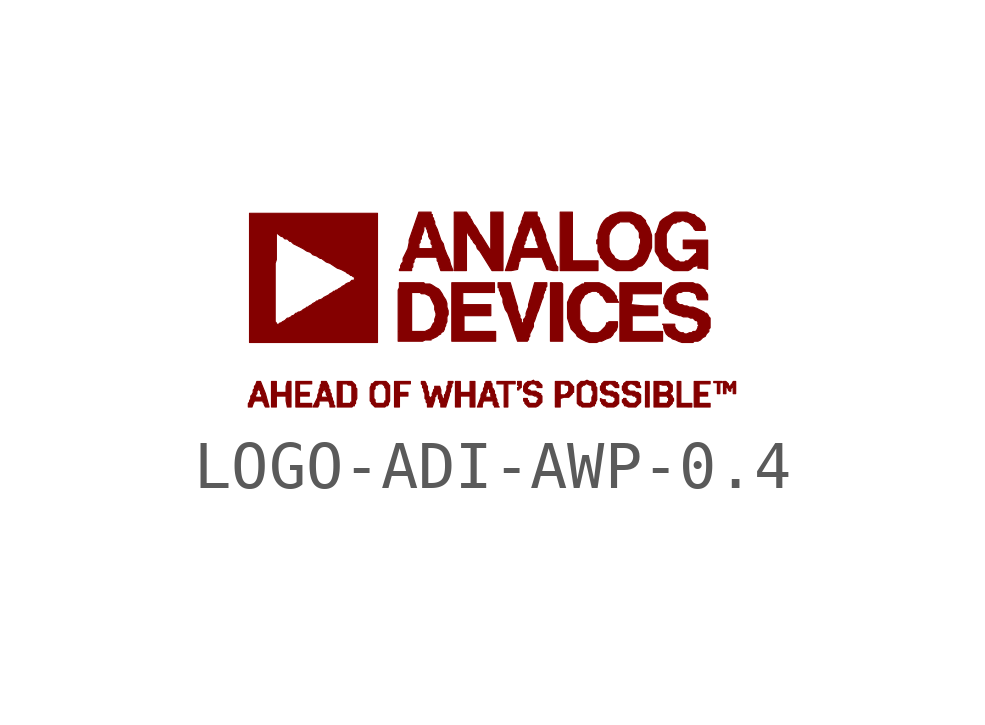
<source format=kicad_sym>
(kicad_symbol_lib
  (version 20201005)
  (generator kicad_symbol_editor)
  (symbol "LOGO-ADI-AWP-0.4"
    (pin_names
      (offset 1.016))
    (property "Reference" "#G"
      (at 0 -1.27 0)
      (effects (font (size 1.524 1.524)) hide))
    (symbol "LOGO-ADI-AWP-0.4_0_0"
      (polyline (pts (xy 3.277 -1.499) (xy 3.2 -1.499) (xy 3.2 -2.032) (xy 3.277 -2.032) (xy 3.277 -1.499)) (stroke (width 0.025)) (fill (type outline)))
      (polyline (pts (xy 1.473 0.533) (xy 1.448 0.559) (xy 1.219 0.559) (xy 1.219 -0.66) (xy 1.473 -0.66) (xy 1.473 0.533)) (stroke (width 0.025)) (fill (type outline)))
      (polyline (pts (xy 2.21 1.016) (xy 1.676 1.016) (xy 1.676 2.032) (xy 1.422 2.032) (xy 1.422 0.813) (xy 2.21 0.813) (xy 2.21 1.016)) (stroke (width 0.025)) (fill (type outline)))
      (polyline (pts (xy 4.166 -1.956) (xy 3.937 -1.956) (xy 3.937 -1.499) (xy 3.861 -1.499) (xy 3.861 -2.032) (xy 4.166 -2.032) (xy 4.166 -1.956)) (stroke (width 0.025)) (fill (type outline)))
      (polyline (pts (xy 0.33 -1.549) (xy 0.483 -1.549) (xy 0.483 -1.499) (xy 0.102 -1.499) (xy 0.102 -1.549) (xy 0.254 -1.549) (xy 0.254 -2.032) (xy 0.33 -2.032) (xy 0.33 -1.549)) (stroke (width 0.025)) (fill (type outline)))
      (polyline (pts (xy 4.75 -1.524) (xy 4.801 -1.524) (xy 4.801 -1.499) (xy 4.623 -1.499) (xy 4.623 -1.524) (xy 4.699 -1.524) (xy 4.699 -1.753) (xy 4.75 -1.753) (xy 4.75 -1.524)) (stroke (width 0.025)) (fill (type outline)))
      (polyline (pts (xy -1.93 -1.803) (xy -1.753 -1.803) (xy -1.753 -1.727) (xy -1.93 -1.727) (xy -1.93 -1.549) (xy -1.702 -1.549) (xy -1.702 -1.499) (xy -2.032 -1.499) (xy -2.032 -2.032) (xy -1.93 -2.032) (xy -1.93 -1.803)) (stroke (width 0.025)) (fill (type outline)))
      (polyline (pts (xy -3.759 -1.956) (xy -4.013 -1.956) (xy -4.013 -1.803) (xy -3.81 -1.803) (xy -3.81 -1.727) (xy -4.013 -1.727) (xy -4.013 -1.549) (xy -3.759 -1.549) (xy -3.759 -1.499) (xy -4.089 -1.499) (xy -4.089 -2.032) (xy -3.759 -2.032) (xy -3.759 -1.956)) (stroke (width 0.025)) (fill (type outline)))
      (polyline (pts (xy -0.66 -1.803) (xy -0.457 -1.803) (xy -0.457 -2.032) (xy -0.356 -2.032) (xy -0.356 -1.499) (xy -0.457 -1.499) (xy -0.457 -1.727) (xy -0.66 -1.727) (xy -0.66 -1.499) (xy -0.762 -1.499) (xy -0.762 -2.032) (xy -0.66 -2.032) (xy -0.66 -1.803)) (stroke (width 0.025)) (fill (type outline)))
      (polyline (pts (xy 0.076 -0.457) (xy -0.584 -0.457) (xy -0.584 -0.127) (xy -0.025 -0.127) (xy -0.025 0.102) (xy -0.61 0.102) (xy -0.61 0.356) (xy 0.051 0.356) (xy 0.051 0.559) (xy -0.838 0.559) (xy -0.838 -0.66) (xy 0.076 -0.66) (xy 0.076 -0.457)) (stroke (width 0.025)) (fill (type outline)))
      (polyline (pts (xy 0.559 -1.651) (xy 0.584 -1.651) (xy 0.584 -1.626) (xy 0.61 -1.626) (xy 0.61 -1.499) (xy 0.533 -1.499) (xy 0.533 -1.575) (xy 0.559 -1.575) (xy 0.559 -1.626) (xy 0.533 -1.626) (xy 0.533 -1.676) (xy 0.559 -1.676) (xy 0.559 -1.651)) (stroke (width 0.025)) (fill (type outline)))
      (polyline (pts (xy 4.547 -1.956) (xy 4.318 -1.956) (xy 4.318 -1.803) (xy 4.496 -1.803) (xy 4.496 -1.727) (xy 4.318 -1.727) (xy 4.318 -1.549) (xy 4.547 -1.549) (xy 4.547 -1.499) (xy 4.216 -1.499) (xy 4.216 -2.032) (xy 4.547 -2.032) (xy 4.547 -1.956)) (stroke (width 0.025)) (fill (type outline)))
      (polyline (pts (xy -4.496 -1.803) (xy -4.293 -1.803) (xy -4.293 -1.905) (xy -4.267 -2.032) (xy -4.191 -2.032) (xy -4.191 -1.499) (xy -4.267 -1.499) (xy -4.293 -1.6) (xy -4.293 -1.727) (xy -4.496 -1.727) (xy -4.496 -1.499) (xy -4.597 -1.499) (xy -4.597 -2.032) (xy -4.496 -2.032) (xy -4.496 -1.803)) (stroke (width 0.025)) (fill (type outline)))
      (polyline (pts (xy 3.556 -0.457) (xy 2.921 -0.457) (xy 2.921 -0.127) (xy 3.454 -0.127) (xy 3.454 0.076) (xy 3.175 0.076) (xy 2.896 0.102) (xy 2.921 0.203) (xy 2.921 0.33) (xy 3.531 0.33) (xy 3.531 0.559) (xy 2.667 0.559) (xy 2.667 -0.66) (xy 3.556 -0.66) (xy 3.556 -0.457)) (stroke (width 0.025)) (fill (type outline)))
      (polyline (pts (xy 4.877 -1.575) (xy 4.902 -1.626) (xy 4.928 -1.651) (xy 4.928 -1.676) (xy 4.953 -1.702) (xy 4.978 -1.702) (xy 4.978 -1.651) (xy 5.004 -1.626) (xy 5.029 -1.575) (xy 5.029 -1.753) (xy 5.08 -1.753) (xy 5.08 -1.499) (xy 5.029 -1.499) (xy 5.004 -1.549) (xy 4.978 -1.575) (xy 4.978 -1.626) (xy 4.953 -1.626) (xy 4.953 -1.6) (xy 4.928 -1.575) (xy 4.928 -1.549) (xy 4.877 -1.499) (xy 4.826 -1.499) (xy 4.826 -1.753) (xy 4.877 -1.753) (xy 4.877 -1.575)) (stroke (width 0.025)) (fill (type outline)))
      (polyline (pts (xy -2.896 -2.007) (xy -2.87 -2.007) (xy -2.87 -1.981) (xy -2.845 -1.956) (xy -2.845 -1.905) (xy -2.819 -1.854) (xy -2.819 -1.651) (xy -2.845 -1.626) (xy -2.845 -1.575) (xy -2.921 -1.499) (xy -3.226 -1.499) (xy -3.226 -1.956) (xy -3.124 -1.956) (xy -3.124 -1.549) (xy -3.023 -1.549) (xy -2.997 -1.575) (xy -2.946 -1.575) (xy -2.921 -1.6) (xy -2.921 -1.93) (xy -2.946 -1.93) (xy -2.946 -1.956) (xy -3.124 -1.956) (xy -3.226 -1.956) (xy -3.226 -2.032) (xy -2.921 -2.032) (xy -2.896 -2.007)) (stroke (width 0.025)) (fill (type outline)))
      (polyline (pts (xy 1.422 -1.854) (xy 1.499 -1.829) (xy 1.6 -1.829) (xy 1.676 -1.753) (xy 1.676 -1.727) (xy 1.702 -1.727) (xy 1.702 -1.6) (xy 1.676 -1.6) (xy 1.676 -1.575) (xy 1.6 -1.499) (xy 1.321 -1.499) (xy 1.321 -1.778) (xy 1.422 -1.778) (xy 1.422 -1.549) (xy 1.524 -1.549) (xy 1.524 -1.575) (xy 1.575 -1.575) (xy 1.6 -1.6) (xy 1.6 -1.702) (xy 1.575 -1.727) (xy 1.575 -1.753) (xy 1.549 -1.753) (xy 1.524 -1.778) (xy 1.422 -1.778) (xy 1.321 -1.778) (xy 1.321 -2.032) (xy 1.422 -2.032) (xy 1.422 -1.854)) (stroke (width 0.025)) (fill (type outline)))
      (polyline (pts (xy -0.533 1.626) (xy -0.508 1.6) (xy -0.483 1.549) (xy -0.457 1.524) (xy -0.432 1.473) (xy -0.406 1.448) (xy -0.381 1.397) (xy -0.33 1.346) (xy -0.305 1.27) (xy -0.254 1.219) (xy 0 0.813) (xy 0.229 0.813) (xy 0.229 2.032) (xy -0.025 2.032) (xy -0.025 1.219) (xy -0.229 1.549) (xy -0.254 1.575) (xy -0.305 1.676) (xy -0.356 1.753) (xy -0.381 1.778) (xy -0.432 1.88) (xy -0.457 1.905) (xy -0.457 1.93) (xy -0.483 1.956) (xy -0.533 2.032) (xy -0.787 2.032) (xy -0.787 0.813) (xy -0.533 0.813) (xy -0.533 1.626)) (stroke (width 0.025)) (fill (type outline)))
      (polyline (pts (xy 3.759 -1.956) (xy 3.759 -1.93) (xy 3.785 -1.905) (xy 3.785 -1.854) (xy 3.759 -1.829) (xy 3.759 -1.803) (xy 3.708 -1.753) (xy 3.759 -1.702) (xy 3.759 -1.575) (xy 3.683 -1.499) (xy 3.378 -1.499) (xy 3.378 -1.727) (xy 3.48 -1.727) (xy 3.48 -1.549) (xy 3.556 -1.575) (xy 3.658 -1.575) (xy 3.658 -1.6) (xy 3.683 -1.626) (xy 3.683 -1.676) (xy 3.632 -1.727) (xy 3.48 -1.727) (xy 3.378 -1.727) (xy 3.378 -1.956) (xy 3.48 -1.956) (xy 3.48 -1.803) (xy 3.658 -1.803) (xy 3.658 -1.829) (xy 3.683 -1.829) (xy 3.683 -1.905) (xy 3.658 -1.93) (xy 3.658 -1.956) (xy 3.48 -1.956) (xy 3.378 -1.956) (xy 3.378 -2.032) (xy 3.683 -2.032) (xy 3.759 -1.956)) (stroke (width 0.025)) (fill (type outline)))
      (polyline (pts (xy -4.978 -1.956) (xy -4.953 -1.905) (xy -4.775 -1.905) (xy -4.775 -1.93) (xy -4.75 -1.956) (xy -4.75 -1.981) (xy -4.724 -2.032) (xy -4.648 -2.032) (xy -4.724 -1.753) (xy -4.826 -1.499) (xy -4.902 -1.499) (xy -4.928 -1.575) (xy -4.953 -1.6) (xy -4.953 -1.651) (xy -4.978 -1.676) (xy -4.978 -1.727) (xy -5.004 -1.778) (xy -5.029 -1.803) (xy -5.029 -1.829) (xy -4.928 -1.829) (xy -4.928 -1.778) (xy -4.902 -1.753) (xy -4.902 -1.702) (xy -4.877 -1.676) (xy -4.877 -1.626) (xy -4.851 -1.626) (xy -4.851 -1.676) (xy -4.826 -1.702) (xy -4.826 -1.753) (xy -4.801 -1.778) (xy -4.801 -1.829) (xy -4.928 -1.829) (xy -5.029 -1.829) (xy -5.029 -1.854) (xy -5.055 -1.905) (xy -5.055 -1.93) (xy -5.08 -1.956) (xy -5.08 -2.032) (xy -5.004 -2.032) (xy -4.978 -1.956)) (stroke (width 0.025)) (fill (type outline)))
      (polyline (pts (xy -2.21 -2.007) (xy -2.184 -2.007) (xy -2.159 -1.981) (xy -2.159 -1.956) (xy -2.134 -1.905) (xy -2.134 -1.575) (xy -2.159 -1.575) (xy -2.159 -1.549) (xy -2.21 -1.499) (xy -2.438 -1.499) (xy -2.489 -1.549) (xy -2.515 -1.549) (xy -2.515 -1.575) (xy -2.54 -1.626) (xy -2.54 -1.854) (xy -2.464 -1.854) (xy -2.464 -1.676) (xy -2.438 -1.651) (xy -2.438 -1.6) (xy -2.413 -1.575) (xy -2.388 -1.575) (xy -2.362 -1.549) (xy -2.286 -1.549) (xy -2.235 -1.6) (xy -2.235 -1.626) (xy -2.21 -1.651) (xy -2.21 -1.905) (xy -2.235 -1.905) (xy -2.235 -1.93) (xy -2.261 -1.956) (xy -2.413 -1.956) (xy -2.438 -1.93) (xy -2.438 -1.88) (xy -2.464 -1.854) (xy -2.54 -1.854) (xy -2.54 -1.905) (xy -2.515 -1.93) (xy -2.515 -1.956) (xy -2.438 -2.032) (xy -2.235 -2.032) (xy -2.21 -2.007)) (stroke (width 0.025)) (fill (type outline)))
      (polyline (pts (xy 2.108 -2.007) (xy 2.134 -2.007) (xy 2.134 -1.981) (xy 2.159 -1.956) (xy 2.159 -1.93) (xy 2.184 -1.88) (xy 2.184 -1.626) (xy 2.159 -1.6) (xy 2.159 -1.549) (xy 2.108 -1.499) (xy 2.032 -1.499) (xy 1.981 -1.473) (xy 1.93 -1.499) (xy 1.854 -1.499) (xy 1.778 -1.575) (xy 1.778 -1.905) (xy 1.854 -1.905) (xy 1.854 -1.626) (xy 1.905 -1.575) (xy 1.93 -1.575) (xy 1.956 -1.549) (xy 1.981 -1.549) (xy 2.032 -1.575) (xy 2.057 -1.575) (xy 2.083 -1.6) (xy 2.083 -1.676) (xy 2.108 -1.702) (xy 2.108 -1.778) (xy 2.083 -1.829) (xy 2.083 -1.93) (xy 2.057 -1.93) (xy 2.057 -1.956) (xy 1.905 -1.956) (xy 1.854 -1.905) (xy 1.778 -1.905) (xy 1.778 -1.956) (xy 1.829 -2.007) (xy 1.854 -2.007) (xy 1.88 -2.032) (xy 2.057 -2.032) (xy 2.108 -2.007)) (stroke (width 0.025)) (fill (type outline)))
      (polyline (pts (xy -3.607 -1.981) (xy -3.607 -1.905) (xy -3.404 -1.905) (xy -3.378 -1.981) (xy -3.378 -2.032) (xy -3.277 -2.032) (xy -3.277 -2.007) (xy -3.302 -1.981) (xy -3.302 -1.93) (xy -3.327 -1.88) (xy -3.327 -1.854) (xy -3.353 -1.803) (xy -3.353 -1.753) (xy -3.378 -1.727) (xy -3.378 -1.676) (xy -3.404 -1.651) (xy -3.404 -1.6) (xy -3.454 -1.499) (xy -3.556 -1.499) (xy -3.556 -1.549) (xy -3.581 -1.575) (xy -3.581 -1.626) (xy -3.607 -1.676) (xy -3.607 -1.727) (xy -3.632 -1.778) (xy -3.632 -1.829) (xy -3.556 -1.829) (xy -3.556 -1.753) (xy -3.531 -1.727) (xy -3.531 -1.702) (xy -3.505 -1.676) (xy -3.505 -1.626) (xy -3.48 -1.626) (xy -3.48 -1.702) (xy -3.454 -1.727) (xy -3.454 -1.778) (xy -3.429 -1.803) (xy -3.429 -1.829) (xy -3.556 -1.829) (xy -3.632 -1.829) (xy -3.734 -2.032) (xy -3.632 -2.032) (xy -3.607 -1.981)) (stroke (width 0.025)) (fill (type outline)))
      (polyline (pts (xy -0.203 -1.981) (xy -0.178 -1.905) (xy 0.025 -1.905) (xy 0.025 -1.981) (xy 0.051 -2.007) (xy 0.051 -2.032) (xy 0.152 -2.032) (xy 0.127 -2.007) (xy 0.127 -1.956) (xy 0.102 -1.93) (xy 0.102 -1.88) (xy 0.076 -1.829) (xy 0.076 -1.778) (xy 0.051 -1.753) (xy 0.051 -1.702) (xy 0.025 -1.651) (xy 0 -1.626) (xy 0 -1.549) (xy -0.025 -1.524) (xy -0.025 -1.499) (xy -0.127 -1.499) (xy -0.127 -1.524) (xy -0.152 -1.549) (xy -0.152 -1.6) (xy -0.178 -1.651) (xy -0.178 -1.702) (xy -0.203 -1.727) (xy -0.229 -1.778) (xy -0.229 -1.829) (xy -0.152 -1.829) (xy -0.127 -1.803) (xy -0.127 -1.753) (xy -0.102 -1.727) (xy -0.102 -1.676) (xy -0.076 -1.651) (xy -0.076 -1.626) (xy -0.051 -1.651) (xy -0.051 -1.727) (xy -0.025 -1.727) (xy -0.025 -1.803) (xy 0 -1.829) (xy -0.152 -1.829) (xy -0.229 -1.829) (xy -0.305 -2.032) (xy -0.203 -2.032) (xy -0.203 -1.981)) (stroke (width 0.025)) (fill (type outline)))
      (polyline (pts (xy 0.737 -0.635) (xy 0.762 -0.635) (xy 0.762 -0.584) (xy 0.787 -0.559) (xy 0.787 -0.508) (xy 0.864 -0.356) (xy 0.864 -0.279) (xy 0.889 -0.229) (xy 0.94 -0.076) (xy 0.965 -0.025) (xy 1.041 0.203) (xy 1.067 0.254) (xy 1.067 0.305) (xy 1.092 0.356) (xy 1.092 0.381) (xy 1.118 0.406) (xy 1.118 0.457) (xy 1.143 0.483) (xy 1.143 0.559) (xy 0.889 0.559) (xy 0.762 0.102) (xy 0.762 0.051) (xy 0.737 0) (xy 0.711 -0.076) (xy 0.711 -0.127) (xy 0.686 -0.178) (xy 0.66 -0.203) (xy 0.66 -0.279) (xy 0.635 -0.305) (xy 0.635 -0.279) (xy 0.61 -0.254) (xy 0.61 -0.203) (xy 0.584 -0.178) (xy 0.584 -0.127) (xy 0.559 -0.076) (xy 0.533 0) (xy 0.533 0.051) (xy 0.508 0.127) (xy 0.381 0.559) (xy 0.127 0.559) (xy 0.127 0.457) (xy 0.152 0.457) (xy 0.152 0.406) (xy 0.178 0.356) (xy 0.178 0.33) (xy 0.229 0.229) (xy 0.229 0.152) (xy 0.279 0) (xy 0.33 -0.076) (xy 0.533 -0.66) (xy 0.737 -0.66) (xy 0.737 -0.635)) (stroke (width 0.025)) (fill (type outline)))
      (polyline (pts (xy 3.099 -1.93) (xy 3.099 -1.778) (xy 3.048 -1.727) (xy 2.997 -1.727) (xy 2.972 -1.702) (xy 2.87 -1.702) (xy 2.845 -1.676) (xy 2.819 -1.676) (xy 2.819 -1.575) (xy 2.845 -1.575) (xy 2.87 -1.549) (xy 2.921 -1.549) (xy 2.972 -1.575) (xy 2.997 -1.575) (xy 2.997 -1.6) (xy 3.023 -1.626) (xy 3.099 -1.626) (xy 3.099 -1.6) (xy 3.073 -1.575) (xy 3.073 -1.524) (xy 3.023 -1.499) (xy 2.794 -1.499) (xy 2.794 -1.524) (xy 2.769 -1.524) (xy 2.743 -1.549) (xy 2.743 -1.575) (xy 2.718 -1.6) (xy 2.718 -1.676) (xy 2.743 -1.702) (xy 2.743 -1.727) (xy 2.769 -1.753) (xy 2.794 -1.753) (xy 2.819 -1.778) (xy 2.921 -1.778) (xy 2.946 -1.803) (xy 2.997 -1.803) (xy 2.997 -1.829) (xy 3.023 -1.829) (xy 3.023 -1.905) (xy 2.972 -1.956) (xy 2.87 -1.956) (xy 2.794 -1.88) (xy 2.794 -1.854) (xy 2.743 -1.854) (xy 2.743 -1.88) (xy 2.718 -1.88) (xy 2.718 -1.93) (xy 2.743 -1.956) (xy 2.769 -2.007) (xy 2.794 -2.007) (xy 2.845 -2.032) (xy 2.997 -2.032) (xy 3.099 -1.93)) (stroke (width 0.025)) (fill (type outline)))
      (polyline (pts (xy -1.397 -0.635) (xy -1.27 -0.635) (xy -1.27 -0.61) (xy -1.245 -0.61) (xy -1.143 -0.559) (xy -1.118 -0.533) (xy -1.067 -0.508) (xy -1.067 -0.483) (xy -1.016 -0.457) (xy -0.991 -0.406) (xy -0.991 -0.381) (xy -0.965 -0.33) (xy -0.965 -0.305) (xy -0.94 -0.254) (xy -0.94 -0.152) (xy -0.914 -0.102) (xy -0.914 -0.025) (xy -0.94 0.051) (xy -0.94 0.127) (xy -0.965 0.203) (xy -1.016 0.279) (xy -1.041 0.33) (xy -1.092 0.406) (xy -1.118 0.432) (xy -1.168 0.457) (xy -1.245 0.508) (xy -1.295 0.533) (xy -1.397 0.533) (xy -1.422 0.559) (xy -1.93 0.559) (xy -1.93 0.457) (xy -1.956 0.406) (xy -1.956 -0.457) (xy -1.676 -0.457) (xy -1.676 0.356) (xy -1.499 0.356) (xy -1.473 0.33) (xy -1.397 0.33) (xy -1.295 0.279) (xy -1.194 0.076) (xy -1.194 0) (xy -1.168 -0.076) (xy -1.168 -0.127) (xy -1.194 -0.203) (xy -1.194 -0.279) (xy -1.219 -0.279) (xy -1.27 -0.381) (xy -1.295 -0.406) (xy -1.397 -0.457) (xy -1.676 -0.457) (xy -1.956 -0.457) (xy -1.956 -0.66) (xy -1.448 -0.66) (xy -1.397 -0.635)) (stroke (width 0.025)) (fill (type outline)))
      (polyline (pts (xy 0.965 -2.007) (xy 1.041 -1.93) (xy 1.041 -1.803) (xy 1.016 -1.778) (xy 1.016 -1.753) (xy 0.991 -1.753) (xy 0.965 -1.727) (xy 0.94 -1.727) (xy 0.914 -1.702) (xy 0.813 -1.702) (xy 0.787 -1.676) (xy 0.762 -1.676) (xy 0.737 -1.651) (xy 0.737 -1.626) (xy 0.762 -1.6) (xy 0.762 -1.575) (xy 0.787 -1.575) (xy 0.813 -1.549) (xy 0.889 -1.549) (xy 0.914 -1.575) (xy 0.94 -1.575) (xy 0.94 -1.626) (xy 1.041 -1.626) (xy 1.041 -1.575) (xy 0.965 -1.499) (xy 0.889 -1.499) (xy 0.864 -1.473) (xy 0.813 -1.499) (xy 0.737 -1.499) (xy 0.737 -1.524) (xy 0.711 -1.524) (xy 0.686 -1.549) (xy 0.66 -1.6) (xy 0.66 -1.702) (xy 0.711 -1.753) (xy 0.737 -1.753) (xy 0.762 -1.778) (xy 0.838 -1.778) (xy 0.889 -1.803) (xy 0.94 -1.803) (xy 0.94 -1.829) (xy 0.965 -1.829) (xy 0.965 -1.88) (xy 0.94 -1.905) (xy 0.94 -1.93) (xy 0.914 -1.956) (xy 0.787 -1.956) (xy 0.762 -1.93) (xy 0.762 -1.905) (xy 0.737 -1.88) (xy 0.737 -1.854) (xy 0.66 -1.854) (xy 0.66 -1.905) (xy 0.686 -1.93) (xy 0.686 -1.956) (xy 0.762 -2.032) (xy 0.914 -2.032) (xy 0.965 -2.007)) (stroke (width 0.025)) (fill (type outline)))
      (polyline (pts (xy 2.591 -2.007) (xy 2.642 -1.956) (xy 2.642 -1.778) (xy 2.616 -1.778) (xy 2.616 -1.753) (xy 2.591 -1.727) (xy 2.54 -1.727) (xy 2.515 -1.702) (xy 2.413 -1.702) (xy 2.388 -1.676) (xy 2.362 -1.676) (xy 2.362 -1.575) (xy 2.413 -1.575) (xy 2.438 -1.549) (xy 2.489 -1.549) (xy 2.515 -1.575) (xy 2.54 -1.575) (xy 2.54 -1.6) (xy 2.565 -1.6) (xy 2.565 -1.626) (xy 2.642 -1.626) (xy 2.642 -1.575) (xy 2.616 -1.549) (xy 2.616 -1.524) (xy 2.591 -1.524) (xy 2.565 -1.499) (xy 2.337 -1.499) (xy 2.286 -1.549) (xy 2.286 -1.575) (xy 2.261 -1.6) (xy 2.261 -1.676) (xy 2.286 -1.702) (xy 2.286 -1.727) (xy 2.311 -1.727) (xy 2.311 -1.753) (xy 2.337 -1.753) (xy 2.362 -1.778) (xy 2.464 -1.778) (xy 2.489 -1.803) (xy 2.54 -1.803) (xy 2.54 -1.829) (xy 2.565 -1.829) (xy 2.565 -1.905) (xy 2.515 -1.956) (xy 2.413 -1.956) (xy 2.388 -1.93) (xy 2.362 -1.93) (xy 2.362 -1.88) (xy 2.311 -1.88) (xy 2.261 -1.854) (xy 2.261 -1.905) (xy 2.286 -1.93) (xy 2.286 -1.956) (xy 2.337 -2.007) (xy 2.362 -2.007) (xy 2.388 -2.032) (xy 2.54 -2.032) (xy 2.591 -2.007)) (stroke (width 0.025)) (fill (type outline)))
      (polyline (pts (xy 0.533 0.838) (xy 0.559 0.965) (xy 0.559 0.991) (xy 0.584 1.016) (xy 0.584 1.067) (xy 0.61 1.092) (xy 1.041 1.092) (xy 1.143 0.838) (xy 1.27 0.813) (xy 1.372 0.813) (xy 1.372 0.889) (xy 1.346 0.914) (xy 1.321 0.965) (xy 1.321 0.991) (xy 1.295 1.041) (xy 1.27 1.118) (xy 1.219 1.219) (xy 1.168 1.372) (xy 1.143 1.422) (xy 1.118 1.499) (xy 1.118 1.549) (xy 1.092 1.626) (xy 1.067 1.676) (xy 1.041 1.753) (xy 0.991 1.854) (xy 0.991 1.905) (xy 0.94 1.956) (xy 0.94 2.032) (xy 0.686 2.032) (xy 0.635 1.905) (xy 0.635 1.88) (xy 0.61 1.829) (xy 0.61 1.803) (xy 0.559 1.702) (xy 0.559 1.626) (xy 0.533 1.575) (xy 0.508 1.499) (xy 0.483 1.448) (xy 0.432 1.295) (xy 0.432 1.27) (xy 0.66 1.27) (xy 0.66 1.346) (xy 0.686 1.372) (xy 0.686 1.422) (xy 0.711 1.448) (xy 0.711 1.499) (xy 0.737 1.549) (xy 0.813 1.753) (xy 0.889 1.549) (xy 0.914 1.499) (xy 0.914 1.448) (xy 0.94 1.397) (xy 0.94 1.372) (xy 0.965 1.321) (xy 0.965 1.27) (xy 0.66 1.27) (xy 0.432 1.27) (xy 0.279 0.813) (xy 0.406 0.813) (xy 0.533 0.838)) (stroke (width 0.025)) (fill (type outline)))
      (polyline (pts (xy -1.194 -1.88) (xy -1.194 -1.829) (xy -1.168 -1.803) (xy -1.168 -1.778) (xy -1.143 -1.753) (xy -1.118 -1.778) (xy -1.118 -1.854) (xy -1.092 -1.88) (xy -1.092 -1.93) (xy -1.067 -1.956) (xy -1.067 -2.032) (xy -0.965 -2.032) (xy -0.889 -1.778) (xy -0.889 -1.753) (xy -0.864 -1.702) (xy -0.864 -1.651) (xy -0.838 -1.6) (xy -0.838 -1.549) (xy -0.813 -1.524) (xy -0.813 -1.499) (xy -0.914 -1.499) (xy -0.914 -1.575) (xy -0.94 -1.6) (xy -0.94 -1.676) (xy -0.965 -1.727) (xy -0.965 -1.753) (xy -0.991 -1.778) (xy -0.991 -1.88) (xy -1.016 -1.905) (xy -1.016 -1.854) (xy -1.041 -1.829) (xy -1.041 -1.803) (xy -1.067 -1.753) (xy -1.067 -1.676) (xy -1.092 -1.6) (xy -1.194 -1.6) (xy -1.194 -1.651) (xy -1.219 -1.676) (xy -1.219 -1.702) (xy -1.245 -1.753) (xy -1.245 -1.803) (xy -1.27 -1.829) (xy -1.27 -1.88) (xy -1.295 -1.905) (xy -1.295 -1.829) (xy -1.321 -1.803) (xy -1.321 -1.727) (xy -1.346 -1.676) (xy -1.346 -1.6) (xy -1.372 -1.575) (xy -1.372 -1.549) (xy -1.397 -1.499) (xy -1.473 -1.499) (xy -1.473 -1.549) (xy -1.448 -1.575) (xy -1.448 -1.626) (xy -1.422 -1.651) (xy -1.422 -1.702) (xy -1.397 -1.753) (xy -1.397 -1.854) (xy -1.372 -1.88) (xy -1.372 -1.93) (xy -1.346 -1.956) (xy -1.346 -2.032) (xy -1.245 -2.032) (xy -1.194 -1.88)) (stroke (width 0.025)) (fill (type outline)))
      (polyline (pts (xy 4.14 0.838) (xy 4.191 0.889) (xy 4.267 0.914) (xy 4.267 0.94) (xy 4.293 0.965) (xy 4.293 0.864) (xy 4.394 0.864) (xy 4.496 0.838) (xy 4.496 1.448) (xy 3.988 1.448) (xy 3.988 1.27) (xy 4.267 1.27) (xy 4.267 1.168) (xy 4.242 1.168) (xy 4.089 1.016) (xy 4.039 1.016) (xy 4.013 0.991) (xy 3.912 0.991) (xy 3.886 1.016) (xy 3.835 1.016) (xy 3.658 1.194) (xy 3.658 1.245) (xy 3.632 1.295) (xy 3.632 1.575) (xy 3.658 1.626) (xy 3.708 1.702) (xy 3.734 1.753) (xy 3.785 1.803) (xy 3.835 1.803) (xy 3.861 1.829) (xy 3.912 1.829) (xy 3.962 1.854) (xy 3.988 1.854) (xy 4.039 1.829) (xy 4.064 1.829) (xy 4.115 1.803) (xy 4.191 1.727) (xy 4.216 1.676) (xy 4.242 1.651) (xy 4.445 1.651) (xy 4.445 1.727) (xy 4.42 1.803) (xy 4.318 1.905) (xy 4.267 1.93) (xy 4.216 1.981) (xy 4.191 1.981) (xy 4.115 2.007) (xy 4.064 2.032) (xy 3.81 2.032) (xy 3.759 2.007) (xy 3.683 1.956) (xy 3.632 1.93) (xy 3.556 1.88) (xy 3.505 1.829) (xy 3.429 1.6) (xy 3.404 1.575) (xy 3.404 1.219) (xy 3.429 1.168) (xy 3.48 1.092) (xy 3.505 1.016) (xy 3.607 0.914) (xy 3.658 0.889) (xy 3.734 0.838) (xy 3.785 0.813) (xy 4.089 0.813) (xy 4.14 0.838)) (stroke (width 0.025)) (fill (type outline)))
      (polyline (pts (xy -1.676 0.864) (xy -1.651 0.889) (xy -1.651 0.965) (xy -1.626 0.991) (xy -1.626 1.041) (xy -1.6 1.067) (xy -1.6 1.092) (xy -1.168 1.092) (xy -1.143 1.067) (xy -1.143 1.016) (xy -1.118 0.991) (xy -1.118 0.965) (xy -1.067 0.813) (xy -0.813 0.813) (xy -0.864 0.94) (xy -0.889 1.041) (xy -0.94 1.143) (xy -0.991 1.27) (xy -1.016 1.372) (xy -1.067 1.448) (xy -1.143 1.676) (xy -1.194 1.778) (xy -1.194 1.829) (xy -1.219 1.88) (xy -1.219 1.905) (xy -1.245 1.93) (xy -1.245 1.981) (xy -1.27 1.981) (xy -1.27 2.032) (xy -1.524 2.032) (xy -1.727 1.448) (xy -1.727 1.397) (xy -1.753 1.27) (xy -1.524 1.27) (xy -1.524 1.372) (xy -1.499 1.397) (xy -1.499 1.448) (xy -1.473 1.473) (xy -1.473 1.524) (xy -1.448 1.575) (xy -1.422 1.651) (xy -1.422 1.727) (xy -1.397 1.727) (xy -1.397 1.753) (xy -1.372 1.727) (xy -1.372 1.702) (xy -1.346 1.651) (xy -1.346 1.626) (xy -1.321 1.575) (xy -1.321 1.524) (xy -1.295 1.473) (xy -1.27 1.448) (xy -1.27 1.372) (xy -1.245 1.346) (xy -1.245 1.27) (xy -1.524 1.27) (xy -1.753 1.27) (xy -1.803 1.168) (xy -1.854 1.067) (xy -1.854 0.991) (xy -1.88 0.965) (xy -1.905 0.914) (xy -1.905 0.864) (xy -1.93 0.838) (xy -1.93 0.813) (xy -1.676 0.813) (xy -1.676 0.864)) (stroke (width 0.025)) (fill (type outline)))
      (polyline (pts (xy 2.235 -0.66) (xy 2.286 -0.66) (xy 2.388 -0.61) (xy 2.464 -0.584) (xy 2.515 -0.533) (xy 2.54 -0.483) (xy 2.591 -0.432) (xy 2.616 -0.356) (xy 2.616 -0.254) (xy 2.438 -0.254) (xy 2.413 -0.279) (xy 2.388 -0.279) (xy 2.388 -0.305) (xy 2.362 -0.356) (xy 2.261 -0.457) (xy 2.21 -0.483) (xy 2.057 -0.483) (xy 1.956 -0.432) (xy 1.93 -0.381) (xy 1.88 -0.33) (xy 1.854 -0.254) (xy 1.829 -0.203) (xy 1.829 0.102) (xy 1.854 0.178) (xy 1.88 0.229) (xy 1.905 0.254) (xy 1.93 0.305) (xy 1.981 0.33) (xy 2.007 0.356) (xy 2.032 0.356) (xy 2.083 0.381) (xy 2.184 0.381) (xy 2.21 0.356) (xy 2.235 0.356) (xy 2.261 0.305) (xy 2.311 0.279) (xy 2.337 0.229) (xy 2.388 0.152) (xy 2.642 0.152) (xy 2.616 0.178) (xy 2.616 0.203) (xy 2.591 0.229) (xy 2.591 0.279) (xy 2.565 0.305) (xy 2.54 0.356) (xy 2.438 0.457) (xy 2.388 0.483) (xy 2.362 0.508) (xy 2.311 0.533) (xy 2.235 0.559) (xy 1.93 0.559) (xy 1.93 0.533) (xy 1.88 0.533) (xy 1.803 0.483) (xy 1.753 0.457) (xy 1.702 0.406) (xy 1.676 0.356) (xy 1.626 0.279) (xy 1.6 0.203) (xy 1.575 0.152) (xy 1.575 -0.178) (xy 1.651 -0.406) (xy 1.753 -0.508) (xy 1.778 -0.559) (xy 1.854 -0.61) (xy 1.956 -0.66) (xy 2.032 -0.686) (xy 2.184 -0.686) (xy 2.235 -0.66)) (stroke (width 0.025)) (fill (type outline)))
      (polyline (pts (xy 2.997 0.838) (xy 3.048 0.889) (xy 3.124 0.914) (xy 3.175 0.965) (xy 3.226 1.041) (xy 3.251 1.092) (xy 3.277 1.168) (xy 3.302 1.219) (xy 3.327 1.295) (xy 3.327 1.549) (xy 3.277 1.702) (xy 3.226 1.778) (xy 3.2 1.829) (xy 3.2 1.854) (xy 3.099 1.956) (xy 3.023 1.981) (xy 2.972 2.007) (xy 2.896 2.032) (xy 2.667 2.032) (xy 2.515 1.981) (xy 2.464 1.956) (xy 2.438 1.93) (xy 2.388 1.905) (xy 2.337 1.854) (xy 2.286 1.778) (xy 2.261 1.727) (xy 2.21 1.575) (xy 2.21 1.473) (xy 2.184 1.448) (xy 2.184 1.372) (xy 2.21 1.372) (xy 2.21 1.295) (xy 2.438 1.295) (xy 2.438 1.549) (xy 2.464 1.626) (xy 2.489 1.676) (xy 2.616 1.803) (xy 2.642 1.803) (xy 2.667 1.829) (xy 2.87 1.829) (xy 2.896 1.803) (xy 2.946 1.778) (xy 2.972 1.753) (xy 2.997 1.702) (xy 3.048 1.651) (xy 3.073 1.6) (xy 3.073 1.499) (xy 3.099 1.473) (xy 3.099 1.397) (xy 3.073 1.321) (xy 3.073 1.27) (xy 3.048 1.194) (xy 3.023 1.143) (xy 2.946 1.067) (xy 2.845 1.016) (xy 2.667 1.016) (xy 2.565 1.067) (xy 2.54 1.118) (xy 2.489 1.168) (xy 2.464 1.219) (xy 2.438 1.295) (xy 2.21 1.295) (xy 2.21 1.219) (xy 2.261 1.118) (xy 2.261 1.092) (xy 2.311 1.041) (xy 2.362 0.965) (xy 2.413 0.914) (xy 2.464 0.889) (xy 2.54 0.838) (xy 2.591 0.813) (xy 2.921 0.813) (xy 2.997 0.838)) (stroke (width 0.025)) (fill (type outline)))
      (polyline (pts (xy -2.388 2.007) (xy -5.055 2.007) (xy -5.055 -0.254) (xy -4.521 -0.254) (xy -4.521 0.965) (xy -4.496 1.041) (xy -4.496 1.6) (xy -4.394 1.524) (xy -4.369 1.524) (xy -4.318 1.473) (xy -4.267 1.473) (xy -4.216 1.422) (xy -4.191 1.422) (xy -4.14 1.372) (xy -3.937 1.27) (xy -3.861 1.219) (xy -3.785 1.194) (xy -3.734 1.143) (xy -3.658 1.118) (xy -3.581 1.067) (xy -3.556 1.067) (xy -3.454 0.991) (xy -3.378 0.965) (xy -3.226 0.864) (xy -3.15 0.838) (xy -3.048 0.787) (xy -3.023 0.762) (xy -2.972 0.737) (xy -2.946 0.711) (xy -2.921 0.711) (xy -2.896 0.686) (xy -2.87 0.686) (xy -2.87 0.66) (xy -2.845 0.66) (xy -2.845 0.635) (xy -2.87 0.635) (xy -2.87 0.61) (xy -2.921 0.61) (xy -2.972 0.559) (xy -2.997 0.559) (xy -3.048 0.533) (xy -3.073 0.508) (xy -3.124 0.483) (xy -3.15 0.457) (xy -3.2 0.432) (xy -3.226 0.406) (xy -3.251 0.406) (xy -3.277 0.381) (xy -3.302 0.381) (xy -3.327 0.356) (xy -3.378 0.33) (xy -3.404 0.305) (xy -3.505 0.254) (xy -3.531 0.229) (xy -3.581 0.203) (xy -3.607 0.203) (xy -3.632 0.178) (xy -3.658 0.178) (xy -3.683 0.152) (xy -3.734 0.127) (xy -3.759 0.102) (xy -3.81 0.076) (xy -3.835 0.051) (xy -3.861 0.051) (xy -3.886 0.025) (xy -3.937 0) (xy -3.962 -0.025) (xy -4.013 -0.051) (xy -4.039 -0.051) (xy -4.064 -0.076) (xy -4.089 -0.076) (xy -4.14 -0.127) (xy -4.166 -0.127) (xy -4.191 -0.152) (xy -4.242 -0.178) (xy -4.267 -0.178) (xy -4.318 -0.229) (xy -4.369 -0.254) (xy -4.394 -0.279) (xy -4.42 -0.279) (xy -4.445 -0.305) (xy -4.47 -0.305) (xy -4.496 -0.33) (xy -4.496 -0.279) (xy -4.521 -0.254) (xy -5.055 -0.254) (xy -5.055 -0.686) (xy -2.388 -0.686) (xy -2.388 2.007)) (stroke (width 0.025)) (fill (type outline)))
      (polyline (pts (xy 4.216 -0.66) (xy 4.293 -0.66) (xy 4.343 -0.635) (xy 4.394 -0.584) (xy 4.445 -0.559) (xy 4.47 -0.508) (xy 4.521 -0.457) (xy 4.521 -0.406) (xy 4.547 -0.381) (xy 4.547 -0.178) (xy 4.521 -0.152) (xy 4.496 -0.102) (xy 4.47 -0.076) (xy 4.445 -0.076) (xy 4.42 -0.051) (xy 4.267 0.025) (xy 4.191 0.051) (xy 4.115 0.051) (xy 4.064 0.076) (xy 4.013 0.076) (xy 3.962 0.102) (xy 3.912 0.102) (xy 3.886 0.127) (xy 3.861 0.127) (xy 3.861 0.152) (xy 3.835 0.178) (xy 3.835 0.305) (xy 3.886 0.356) (xy 3.937 0.356) (xy 3.988 0.381) (xy 4.115 0.381) (xy 4.166 0.356) (xy 4.191 0.356) (xy 4.242 0.33) (xy 4.267 0.279) (xy 4.267 0.254) (xy 4.293 0.203) (xy 4.496 0.203) (xy 4.496 0.305) (xy 4.47 0.356) (xy 4.445 0.381) (xy 4.445 0.406) (xy 4.343 0.508) (xy 4.293 0.533) (xy 4.242 0.533) (xy 4.191 0.559) (xy 3.912 0.559) (xy 3.835 0.533) (xy 3.734 0.483) (xy 3.658 0.406) (xy 3.607 0.305) (xy 3.581 0.229) (xy 3.581 0.127) (xy 3.607 0.102) (xy 3.607 0.076) (xy 3.632 0.025) (xy 3.683 0) (xy 3.708 -0.051) (xy 3.759 -0.076) (xy 3.912 -0.127) (xy 3.937 -0.127) (xy 3.988 -0.152) (xy 4.089 -0.152) (xy 4.14 -0.178) (xy 4.191 -0.178) (xy 4.242 -0.229) (xy 4.267 -0.229) (xy 4.293 -0.254) (xy 4.293 -0.305) (xy 4.318 -0.33) (xy 4.293 -0.356) (xy 4.293 -0.381) (xy 4.267 -0.432) (xy 4.242 -0.457) (xy 4.191 -0.457) (xy 4.166 -0.483) (xy 4.115 -0.483) (xy 4.064 -0.508) (xy 4.013 -0.508) (xy 3.988 -0.483) (xy 3.937 -0.483) (xy 3.886 -0.457) (xy 3.835 -0.406) (xy 3.81 -0.356) (xy 3.81 -0.305) (xy 3.556 -0.305) (xy 3.581 -0.33) (xy 3.581 -0.381) (xy 3.607 -0.457) (xy 3.632 -0.508) (xy 3.683 -0.559) (xy 3.734 -0.584) (xy 3.759 -0.61) (xy 3.835 -0.635) (xy 3.886 -0.66) (xy 3.962 -0.686) (xy 4.191 -0.686) (xy 4.216 -0.66)) (stroke (width 0.025)) (fill (type outline))))))
</source>
